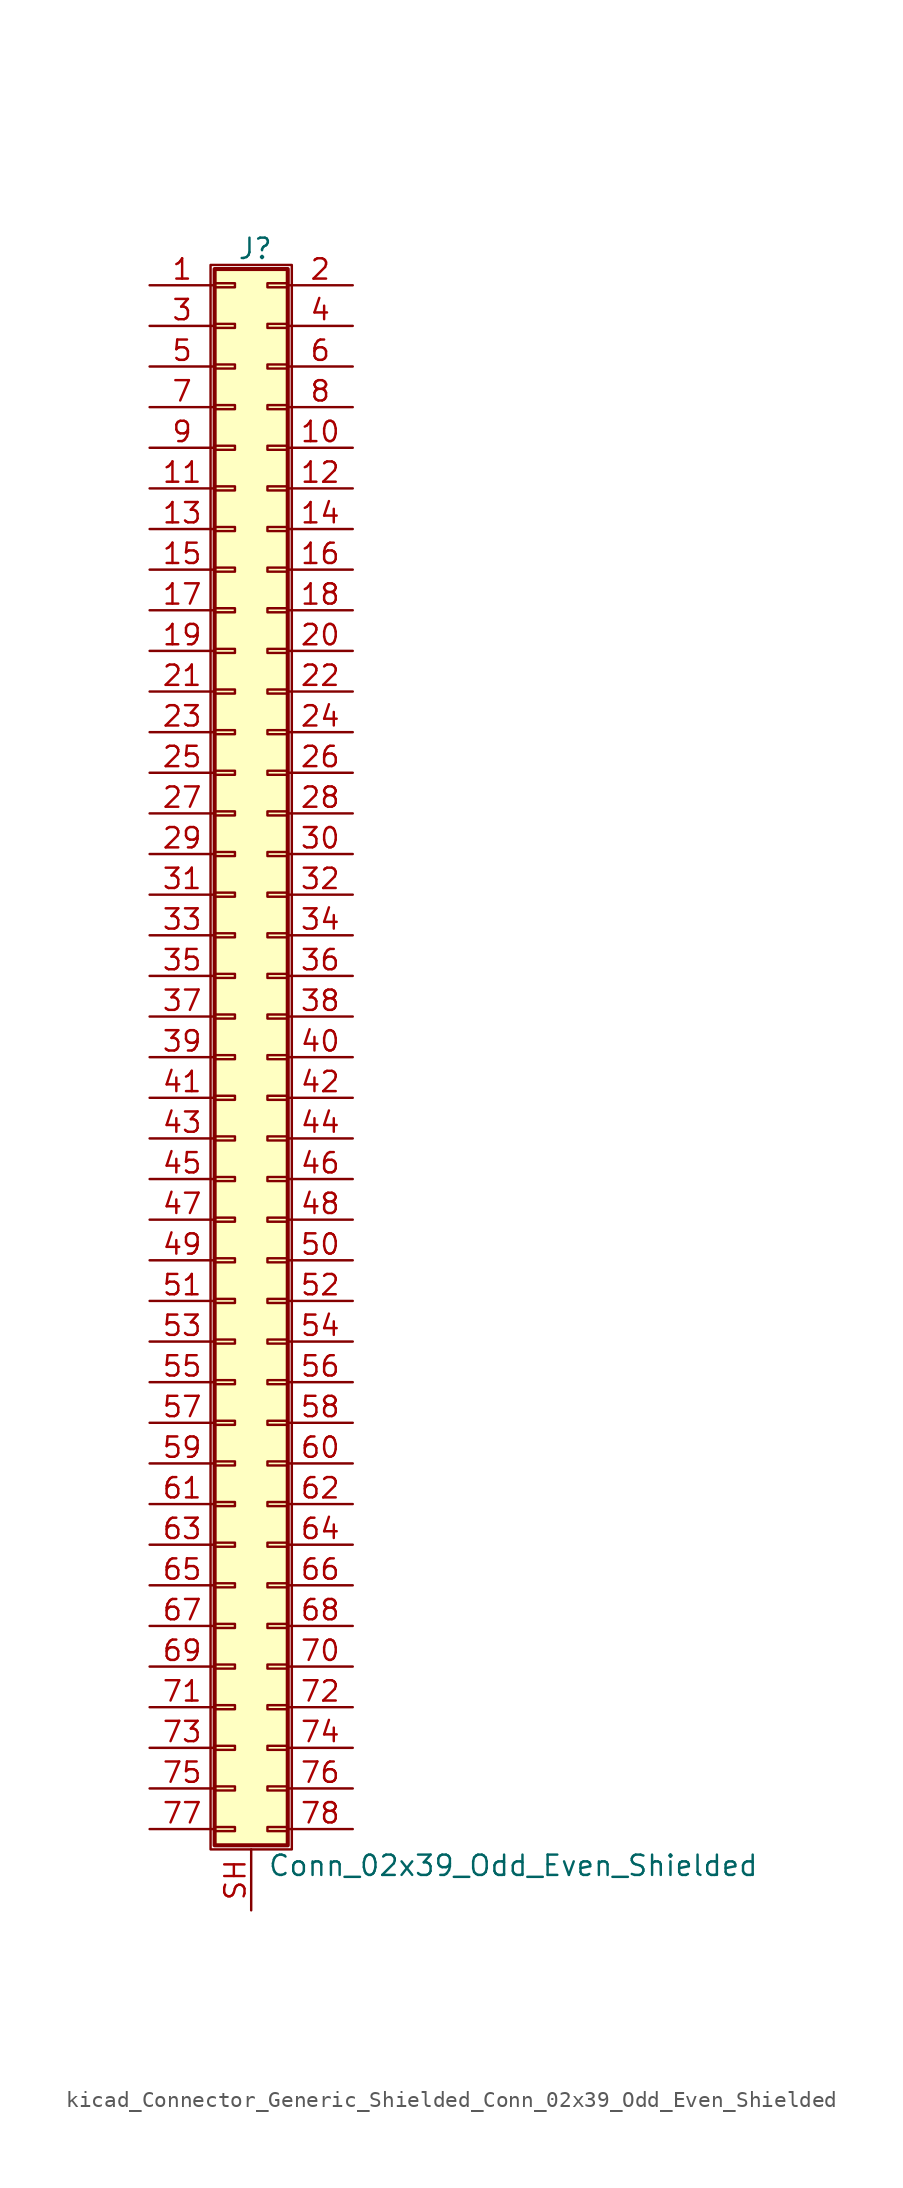
<source format=kicad_sym>
(kicad_symbol_lib
  (version 20220914)
  (generator kicad_symbol_editor)
  (symbol "kicad_Connector_Generic_Shielded_Conn_02x39_Odd_Even_Shielded"
    (pin_names
      (offset 1.016) hide)
    (property "Reference" "J"
      (at 1.524 50.546 0)
      (effects (font (size 1.27 1.27))))
    (property "Value" "Conn_02x39_Odd_Even_Shielded"
      (at 2.286 -50.546 0)
      (effects (font (size 1.27 1.27)) (justify left)))
    (symbol "kicad_Connector_Generic_Shielded_Conn_02x39_Odd_Even_Shielded_1_1"
      (rectangle (start -1.27 49.53) (end 3.81 -49.53) (stroke (width 0.152) (type default)) (fill (type none)))
      (rectangle (start -1.016 -48.133) (end 0.254 -48.387) (stroke (width 0.152) (type default)) (fill (type none)))
      (rectangle (start -1.016 -45.593) (end 0.254 -45.847) (stroke (width 0.152) (type default)) (fill (type none)))
      (rectangle (start -1.016 -43.053) (end 0.254 -43.307) (stroke (width 0.152) (type default)) (fill (type none)))
      (rectangle (start -1.016 -40.513) (end 0.254 -40.767) (stroke (width 0.152) (type default)) (fill (type none)))
      (rectangle (start -1.016 -37.973) (end 0.254 -38.227) (stroke (width 0.152) (type default)) (fill (type none)))
      (rectangle (start -1.016 -35.433) (end 0.254 -35.687) (stroke (width 0.152) (type default)) (fill (type none)))
      (rectangle (start -1.016 -32.893) (end 0.254 -33.147) (stroke (width 0.152) (type default)) (fill (type none)))
      (rectangle (start -1.016 -30.353) (end 0.254 -30.607) (stroke (width 0.152) (type default)) (fill (type none)))
      (rectangle (start -1.016 -27.813) (end 0.254 -28.067) (stroke (width 0.152) (type default)) (fill (type none)))
      (rectangle (start -1.016 -25.273) (end 0.254 -25.527) (stroke (width 0.152) (type default)) (fill (type none)))
      (rectangle (start -1.016 -22.733) (end 0.254 -22.987) (stroke (width 0.152) (type default)) (fill (type none)))
      (rectangle (start -1.016 -20.193) (end 0.254 -20.447) (stroke (width 0.152) (type default)) (fill (type none)))
      (rectangle (start -1.016 -17.653) (end 0.254 -17.907) (stroke (width 0.152) (type default)) (fill (type none)))
      (rectangle (start -1.016 -15.113) (end 0.254 -15.367) (stroke (width 0.152) (type default)) (fill (type none)))
      (rectangle (start -1.016 -12.573) (end 0.254 -12.827) (stroke (width 0.152) (type default)) (fill (type none)))
      (rectangle (start -1.016 -10.033) (end 0.254 -10.287) (stroke (width 0.152) (type default)) (fill (type none)))
      (rectangle (start -1.016 -7.493) (end 0.254 -7.747) (stroke (width 0.152) (type default)) (fill (type none)))
      (rectangle (start -1.016 -4.953) (end 0.254 -5.207) (stroke (width 0.152) (type default)) (fill (type none)))
      (rectangle (start -1.016 -2.413) (end 0.254 -2.667) (stroke (width 0.152) (type default)) (fill (type none)))
      (rectangle (start -1.016 0.127) (end 0.254 -0.127) (stroke (width 0.152) (type default)) (fill (type none)))
      (rectangle (start -1.016 2.667) (end 0.254 2.413) (stroke (width 0.152) (type default)) (fill (type none)))
      (rectangle (start -1.016 5.207) (end 0.254 4.953) (stroke (width 0.152) (type default)) (fill (type none)))
      (rectangle (start -1.016 7.747) (end 0.254 7.493) (stroke (width 0.152) (type default)) (fill (type none)))
      (rectangle (start -1.016 10.287) (end 0.254 10.033) (stroke (width 0.152) (type default)) (fill (type none)))
      (rectangle (start -1.016 12.827) (end 0.254 12.573) (stroke (width 0.152) (type default)) (fill (type none)))
      (rectangle (start -1.016 15.367) (end 0.254 15.113) (stroke (width 0.152) (type default)) (fill (type none)))
      (rectangle (start -1.016 17.907) (end 0.254 17.653) (stroke (width 0.152) (type default)) (fill (type none)))
      (rectangle (start -1.016 20.447) (end 0.254 20.193) (stroke (width 0.152) (type default)) (fill (type none)))
      (rectangle (start -1.016 22.987) (end 0.254 22.733) (stroke (width 0.152) (type default)) (fill (type none)))
      (rectangle (start -1.016 25.527) (end 0.254 25.273) (stroke (width 0.152) (type default)) (fill (type none)))
      (rectangle (start -1.016 28.067) (end 0.254 27.813) (stroke (width 0.152) (type default)) (fill (type none)))
      (rectangle (start -1.016 30.607) (end 0.254 30.353) (stroke (width 0.152) (type default)) (fill (type none)))
      (rectangle (start -1.016 33.147) (end 0.254 32.893) (stroke (width 0.152) (type default)) (fill (type none)))
      (rectangle (start -1.016 35.687) (end 0.254 35.433) (stroke (width 0.152) (type default)) (fill (type none)))
      (rectangle (start -1.016 38.227) (end 0.254 37.973) (stroke (width 0.152) (type default)) (fill (type none)))
      (rectangle (start -1.016 40.767) (end 0.254 40.513) (stroke (width 0.152) (type default)) (fill (type none)))
      (rectangle (start -1.016 43.307) (end 0.254 43.053) (stroke (width 0.152) (type default)) (fill (type none)))
      (rectangle (start -1.016 45.847) (end 0.254 45.593) (stroke (width 0.152) (type default)) (fill (type none)))
      (rectangle (start -1.016 48.387) (end 0.254 48.133) (stroke (width 0.152) (type default)) (fill (type none)))
      (rectangle (start -1.016 49.276) (end 3.556 -49.276) (stroke (width 0.254) (type default)) (fill (type background)))
      (rectangle (start 3.556 -48.133) (end 2.286 -48.387) (stroke (width 0.152) (type default)) (fill (type none)))
      (rectangle (start 3.556 -45.593) (end 2.286 -45.847) (stroke (width 0.152) (type default)) (fill (type none)))
      (rectangle (start 3.556 -43.053) (end 2.286 -43.307) (stroke (width 0.152) (type default)) (fill (type none)))
      (rectangle (start 3.556 -40.513) (end 2.286 -40.767) (stroke (width 0.152) (type default)) (fill (type none)))
      (rectangle (start 3.556 -37.973) (end 2.286 -38.227) (stroke (width 0.152) (type default)) (fill (type none)))
      (rectangle (start 3.556 -35.433) (end 2.286 -35.687) (stroke (width 0.152) (type default)) (fill (type none)))
      (rectangle (start 3.556 -32.893) (end 2.286 -33.147) (stroke (width 0.152) (type default)) (fill (type none)))
      (rectangle (start 3.556 -30.353) (end 2.286 -30.607) (stroke (width 0.152) (type default)) (fill (type none)))
      (rectangle (start 3.556 -27.813) (end 2.286 -28.067) (stroke (width 0.152) (type default)) (fill (type none)))
      (rectangle (start 3.556 -25.273) (end 2.286 -25.527) (stroke (width 0.152) (type default)) (fill (type none)))
      (rectangle (start 3.556 -22.733) (end 2.286 -22.987) (stroke (width 0.152) (type default)) (fill (type none)))
      (rectangle (start 3.556 -20.193) (end 2.286 -20.447) (stroke (width 0.152) (type default)) (fill (type none)))
      (rectangle (start 3.556 -17.653) (end 2.286 -17.907) (stroke (width 0.152) (type default)) (fill (type none)))
      (rectangle (start 3.556 -15.113) (end 2.286 -15.367) (stroke (width 0.152) (type default)) (fill (type none)))
      (rectangle (start 3.556 -12.573) (end 2.286 -12.827) (stroke (width 0.152) (type default)) (fill (type none)))
      (rectangle (start 3.556 -10.033) (end 2.286 -10.287) (stroke (width 0.152) (type default)) (fill (type none)))
      (rectangle (start 3.556 -7.493) (end 2.286 -7.747) (stroke (width 0.152) (type default)) (fill (type none)))
      (rectangle (start 3.556 -4.953) (end 2.286 -5.207) (stroke (width 0.152) (type default)) (fill (type none)))
      (rectangle (start 3.556 -2.413) (end 2.286 -2.667) (stroke (width 0.152) (type default)) (fill (type none)))
      (rectangle (start 3.556 0.127) (end 2.286 -0.127) (stroke (width 0.152) (type default)) (fill (type none)))
      (rectangle (start 3.556 2.667) (end 2.286 2.413) (stroke (width 0.152) (type default)) (fill (type none)))
      (rectangle (start 3.556 5.207) (end 2.286 4.953) (stroke (width 0.152) (type default)) (fill (type none)))
      (rectangle (start 3.556 7.747) (end 2.286 7.493) (stroke (width 0.152) (type default)) (fill (type none)))
      (rectangle (start 3.556 10.287) (end 2.286 10.033) (stroke (width 0.152) (type default)) (fill (type none)))
      (rectangle (start 3.556 12.827) (end 2.286 12.573) (stroke (width 0.152) (type default)) (fill (type none)))
      (rectangle (start 3.556 15.367) (end 2.286 15.113) (stroke (width 0.152) (type default)) (fill (type none)))
      (rectangle (start 3.556 17.907) (end 2.286 17.653) (stroke (width 0.152) (type default)) (fill (type none)))
      (rectangle (start 3.556 20.447) (end 2.286 20.193) (stroke (width 0.152) (type default)) (fill (type none)))
      (rectangle (start 3.556 22.987) (end 2.286 22.733) (stroke (width 0.152) (type default)) (fill (type none)))
      (rectangle (start 3.556 25.527) (end 2.286 25.273) (stroke (width 0.152) (type default)) (fill (type none)))
      (rectangle (start 3.556 28.067) (end 2.286 27.813) (stroke (width 0.152) (type default)) (fill (type none)))
      (rectangle (start 3.556 30.607) (end 2.286 30.353) (stroke (width 0.152) (type default)) (fill (type none)))
      (rectangle (start 3.556 33.147) (end 2.286 32.893) (stroke (width 0.152) (type default)) (fill (type none)))
      (rectangle (start 3.556 35.687) (end 2.286 35.433) (stroke (width 0.152) (type default)) (fill (type none)))
      (rectangle (start 3.556 38.227) (end 2.286 37.973) (stroke (width 0.152) (type default)) (fill (type none)))
      (rectangle (start 3.556 40.767) (end 2.286 40.513) (stroke (width 0.152) (type default)) (fill (type none)))
      (rectangle (start 3.556 43.307) (end 2.286 43.053) (stroke (width 0.152) (type default)) (fill (type none)))
      (rectangle (start 3.556 45.847) (end 2.286 45.593) (stroke (width 0.152) (type default)) (fill (type none)))
      (rectangle (start 3.556 48.387) (end 2.286 48.133) (stroke (width 0.152) (type default)) (fill (type none)))
      (pin passive line (at -5.08 48.26 0) (length 4.064) (name "Pin_1" (effects (font (size 1.27 1.27)))) (number "1" (effects (font (size 1.27 1.27)))))
      (pin passive line (at 7.62 38.1 180) (length 4.064) (name "Pin_10" (effects (font (size 1.27 1.27)))) (number "10" (effects (font (size 1.27 1.27)))))
      (pin passive line (at -5.08 35.56 0) (length 4.064) (name "Pin_11" (effects (font (size 1.27 1.27)))) (number "11" (effects (font (size 1.27 1.27)))))
      (pin passive line (at 7.62 35.56 180) (length 4.064) (name "Pin_12" (effects (font (size 1.27 1.27)))) (number "12" (effects (font (size 1.27 1.27)))))
      (pin passive line (at -5.08 33.02 0) (length 4.064) (name "Pin_13" (effects (font (size 1.27 1.27)))) (number "13" (effects (font (size 1.27 1.27)))))
      (pin passive line (at 7.62 33.02 180) (length 4.064) (name "Pin_14" (effects (font (size 1.27 1.27)))) (number "14" (effects (font (size 1.27 1.27)))))
      (pin passive line (at -5.08 30.48 0) (length 4.064) (name "Pin_15" (effects (font (size 1.27 1.27)))) (number "15" (effects (font (size 1.27 1.27)))))
      (pin passive line (at 7.62 30.48 180) (length 4.064) (name "Pin_16" (effects (font (size 1.27 1.27)))) (number "16" (effects (font (size 1.27 1.27)))))
      (pin passive line (at -5.08 27.94 0) (length 4.064) (name "Pin_17" (effects (font (size 1.27 1.27)))) (number "17" (effects (font (size 1.27 1.27)))))
      (pin passive line (at 7.62 27.94 180) (length 4.064) (name "Pin_18" (effects (font (size 1.27 1.27)))) (number "18" (effects (font (size 1.27 1.27)))))
      (pin passive line (at -5.08 25.4 0) (length 4.064) (name "Pin_19" (effects (font (size 1.27 1.27)))) (number "19" (effects (font (size 1.27 1.27)))))
      (pin passive line (at 7.62 48.26 180) (length 4.064) (name "Pin_2" (effects (font (size 1.27 1.27)))) (number "2" (effects (font (size 1.27 1.27)))))
      (pin passive line (at 7.62 25.4 180) (length 4.064) (name "Pin_20" (effects (font (size 1.27 1.27)))) (number "20" (effects (font (size 1.27 1.27)))))
      (pin passive line (at -5.08 22.86 0) (length 4.064) (name "Pin_21" (effects (font (size 1.27 1.27)))) (number "21" (effects (font (size 1.27 1.27)))))
      (pin passive line (at 7.62 22.86 180) (length 4.064) (name "Pin_22" (effects (font (size 1.27 1.27)))) (number "22" (effects (font (size 1.27 1.27)))))
      (pin passive line (at -5.08 20.32 0) (length 4.064) (name "Pin_23" (effects (font (size 1.27 1.27)))) (number "23" (effects (font (size 1.27 1.27)))))
      (pin passive line (at 7.62 20.32 180) (length 4.064) (name "Pin_24" (effects (font (size 1.27 1.27)))) (number "24" (effects (font (size 1.27 1.27)))))
      (pin passive line (at -5.08 17.78 0) (length 4.064) (name "Pin_25" (effects (font (size 1.27 1.27)))) (number "25" (effects (font (size 1.27 1.27)))))
      (pin passive line (at 7.62 17.78 180) (length 4.064) (name "Pin_26" (effects (font (size 1.27 1.27)))) (number "26" (effects (font (size 1.27 1.27)))))
      (pin passive line (at -5.08 15.24 0) (length 4.064) (name "Pin_27" (effects (font (size 1.27 1.27)))) (number "27" (effects (font (size 1.27 1.27)))))
      (pin passive line (at 7.62 15.24 180) (length 4.064) (name "Pin_28" (effects (font (size 1.27 1.27)))) (number "28" (effects (font (size 1.27 1.27)))))
      (pin passive line (at -5.08 12.7 0) (length 4.064) (name "Pin_29" (effects (font (size 1.27 1.27)))) (number "29" (effects (font (size 1.27 1.27)))))
      (pin passive line (at -5.08 45.72 0) (length 4.064) (name "Pin_3" (effects (font (size 1.27 1.27)))) (number "3" (effects (font (size 1.27 1.27)))))
      (pin passive line (at 7.62 12.7 180) (length 4.064) (name "Pin_30" (effects (font (size 1.27 1.27)))) (number "30" (effects (font (size 1.27 1.27)))))
      (pin passive line (at -5.08 10.16 0) (length 4.064) (name "Pin_31" (effects (font (size 1.27 1.27)))) (number "31" (effects (font (size 1.27 1.27)))))
      (pin passive line (at 7.62 10.16 180) (length 4.064) (name "Pin_32" (effects (font (size 1.27 1.27)))) (number "32" (effects (font (size 1.27 1.27)))))
      (pin passive line (at -5.08 7.62 0) (length 4.064) (name "Pin_33" (effects (font (size 1.27 1.27)))) (number "33" (effects (font (size 1.27 1.27)))))
      (pin passive line (at 7.62 7.62 180) (length 4.064) (name "Pin_34" (effects (font (size 1.27 1.27)))) (number "34" (effects (font (size 1.27 1.27)))))
      (pin passive line (at -5.08 5.08 0) (length 4.064) (name "Pin_35" (effects (font (size 1.27 1.27)))) (number "35" (effects (font (size 1.27 1.27)))))
      (pin passive line (at 7.62 5.08 180) (length 4.064) (name "Pin_36" (effects (font (size 1.27 1.27)))) (number "36" (effects (font (size 1.27 1.27)))))
      (pin passive line (at -5.08 2.54 0) (length 4.064) (name "Pin_37" (effects (font (size 1.27 1.27)))) (number "37" (effects (font (size 1.27 1.27)))))
      (pin passive line (at 7.62 2.54 180) (length 4.064) (name "Pin_38" (effects (font (size 1.27 1.27)))) (number "38" (effects (font (size 1.27 1.27)))))
      (pin passive line (at -5.08 0 0) (length 4.064) (name "Pin_39" (effects (font (size 1.27 1.27)))) (number "39" (effects (font (size 1.27 1.27)))))
      (pin passive line (at 7.62 45.72 180) (length 4.064) (name "Pin_4" (effects (font (size 1.27 1.27)))) (number "4" (effects (font (size 1.27 1.27)))))
      (pin passive line (at 7.62 0 180) (length 4.064) (name "Pin_40" (effects (font (size 1.27 1.27)))) (number "40" (effects (font (size 1.27 1.27)))))
      (pin passive line (at -5.08 -2.54 0) (length 4.064) (name "Pin_41" (effects (font (size 1.27 1.27)))) (number "41" (effects (font (size 1.27 1.27)))))
      (pin passive line (at 7.62 -2.54 180) (length 4.064) (name "Pin_42" (effects (font (size 1.27 1.27)))) (number "42" (effects (font (size 1.27 1.27)))))
      (pin passive line (at -5.08 -5.08 0) (length 4.064) (name "Pin_43" (effects (font (size 1.27 1.27)))) (number "43" (effects (font (size 1.27 1.27)))))
      (pin passive line (at 7.62 -5.08 180) (length 4.064) (name "Pin_44" (effects (font (size 1.27 1.27)))) (number "44" (effects (font (size 1.27 1.27)))))
      (pin passive line (at -5.08 -7.62 0) (length 4.064) (name "Pin_45" (effects (font (size 1.27 1.27)))) (number "45" (effects (font (size 1.27 1.27)))))
      (pin passive line (at 7.62 -7.62 180) (length 4.064) (name "Pin_46" (effects (font (size 1.27 1.27)))) (number "46" (effects (font (size 1.27 1.27)))))
      (pin passive line (at -5.08 -10.16 0) (length 4.064) (name "Pin_47" (effects (font (size 1.27 1.27)))) (number "47" (effects (font (size 1.27 1.27)))))
      (pin passive line (at 7.62 -10.16 180) (length 4.064) (name "Pin_48" (effects (font (size 1.27 1.27)))) (number "48" (effects (font (size 1.27 1.27)))))
      (pin passive line (at -5.08 -12.7 0) (length 4.064) (name "Pin_49" (effects (font (size 1.27 1.27)))) (number "49" (effects (font (size 1.27 1.27)))))
      (pin passive line (at -5.08 43.18 0) (length 4.064) (name "Pin_5" (effects (font (size 1.27 1.27)))) (number "5" (effects (font (size 1.27 1.27)))))
      (pin passive line (at 7.62 -12.7 180) (length 4.064) (name "Pin_50" (effects (font (size 1.27 1.27)))) (number "50" (effects (font (size 1.27 1.27)))))
      (pin passive line (at -5.08 -15.24 0) (length 4.064) (name "Pin_51" (effects (font (size 1.27 1.27)))) (number "51" (effects (font (size 1.27 1.27)))))
      (pin passive line (at 7.62 -15.24 180) (length 4.064) (name "Pin_52" (effects (font (size 1.27 1.27)))) (number "52" (effects (font (size 1.27 1.27)))))
      (pin passive line (at -5.08 -17.78 0) (length 4.064) (name "Pin_53" (effects (font (size 1.27 1.27)))) (number "53" (effects (font (size 1.27 1.27)))))
      (pin passive line (at 7.62 -17.78 180) (length 4.064) (name "Pin_54" (effects (font (size 1.27 1.27)))) (number "54" (effects (font (size 1.27 1.27)))))
      (pin passive line (at -5.08 -20.32 0) (length 4.064) (name "Pin_55" (effects (font (size 1.27 1.27)))) (number "55" (effects (font (size 1.27 1.27)))))
      (pin passive line (at 7.62 -20.32 180) (length 4.064) (name "Pin_56" (effects (font (size 1.27 1.27)))) (number "56" (effects (font (size 1.27 1.27)))))
      (pin passive line (at -5.08 -22.86 0) (length 4.064) (name "Pin_57" (effects (font (size 1.27 1.27)))) (number "57" (effects (font (size 1.27 1.27)))))
      (pin passive line (at 7.62 -22.86 180) (length 4.064) (name "Pin_58" (effects (font (size 1.27 1.27)))) (number "58" (effects (font (size 1.27 1.27)))))
      (pin passive line (at -5.08 -25.4 0) (length 4.064) (name "Pin_59" (effects (font (size 1.27 1.27)))) (number "59" (effects (font (size 1.27 1.27)))))
      (pin passive line (at 7.62 43.18 180) (length 4.064) (name "Pin_6" (effects (font (size 1.27 1.27)))) (number "6" (effects (font (size 1.27 1.27)))))
      (pin passive line (at 7.62 -25.4 180) (length 4.064) (name "Pin_60" (effects (font (size 1.27 1.27)))) (number "60" (effects (font (size 1.27 1.27)))))
      (pin passive line (at -5.08 -27.94 0) (length 4.064) (name "Pin_61" (effects (font (size 1.27 1.27)))) (number "61" (effects (font (size 1.27 1.27)))))
      (pin passive line (at 7.62 -27.94 180) (length 4.064) (name "Pin_62" (effects (font (size 1.27 1.27)))) (number "62" (effects (font (size 1.27 1.27)))))
      (pin passive line (at -5.08 -30.48 0) (length 4.064) (name "Pin_63" (effects (font (size 1.27 1.27)))) (number "63" (effects (font (size 1.27 1.27)))))
      (pin passive line (at 7.62 -30.48 180) (length 4.064) (name "Pin_64" (effects (font (size 1.27 1.27)))) (number "64" (effects (font (size 1.27 1.27)))))
      (pin passive line (at -5.08 -33.02 0) (length 4.064) (name "Pin_65" (effects (font (size 1.27 1.27)))) (number "65" (effects (font (size 1.27 1.27)))))
      (pin passive line (at 7.62 -33.02 180) (length 4.064) (name "Pin_66" (effects (font (size 1.27 1.27)))) (number "66" (effects (font (size 1.27 1.27)))))
      (pin passive line (at -5.08 -35.56 0) (length 4.064) (name "Pin_67" (effects (font (size 1.27 1.27)))) (number "67" (effects (font (size 1.27 1.27)))))
      (pin passive line (at 7.62 -35.56 180) (length 4.064) (name "Pin_68" (effects (font (size 1.27 1.27)))) (number "68" (effects (font (size 1.27 1.27)))))
      (pin passive line (at -5.08 -38.1 0) (length 4.064) (name "Pin_69" (effects (font (size 1.27 1.27)))) (number "69" (effects (font (size 1.27 1.27)))))
      (pin passive line (at -5.08 40.64 0) (length 4.064) (name "Pin_7" (effects (font (size 1.27 1.27)))) (number "7" (effects (font (size 1.27 1.27)))))
      (pin passive line (at 7.62 -38.1 180) (length 4.064) (name "Pin_70" (effects (font (size 1.27 1.27)))) (number "70" (effects (font (size 1.27 1.27)))))
      (pin passive line (at -5.08 -40.64 0) (length 4.064) (name "Pin_71" (effects (font (size 1.27 1.27)))) (number "71" (effects (font (size 1.27 1.27)))))
      (pin passive line (at 7.62 -40.64 180) (length 4.064) (name "Pin_72" (effects (font (size 1.27 1.27)))) (number "72" (effects (font (size 1.27 1.27)))))
      (pin passive line (at -5.08 -43.18 0) (length 4.064) (name "Pin_73" (effects (font (size 1.27 1.27)))) (number "73" (effects (font (size 1.27 1.27)))))
      (pin passive line (at 7.62 -43.18 180) (length 4.064) (name "Pin_74" (effects (font (size 1.27 1.27)))) (number "74" (effects (font (size 1.27 1.27)))))
      (pin passive line (at -5.08 -45.72 0) (length 4.064) (name "Pin_75" (effects (font (size 1.27 1.27)))) (number "75" (effects (font (size 1.27 1.27)))))
      (pin passive line (at 7.62 -45.72 180) (length 4.064) (name "Pin_76" (effects (font (size 1.27 1.27)))) (number "76" (effects (font (size 1.27 1.27)))))
      (pin passive line (at -5.08 -48.26 0) (length 4.064) (name "Pin_77" (effects (font (size 1.27 1.27)))) (number "77" (effects (font (size 1.27 1.27)))))
      (pin passive line (at 7.62 -48.26 180) (length 4.064) (name "Pin_78" (effects (font (size 1.27 1.27)))) (number "78" (effects (font (size 1.27 1.27)))))
      (pin passive line (at 7.62 40.64 180) (length 4.064) (name "Pin_8" (effects (font (size 1.27 1.27)))) (number "8" (effects (font (size 1.27 1.27)))))
      (pin passive line (at -5.08 38.1 0) (length 4.064) (name "Pin_9" (effects (font (size 1.27 1.27)))) (number "9" (effects (font (size 1.27 1.27)))))
      (pin passive line (at 1.27 -53.34 90) (length 3.81) (name "Shield" (effects (font (size 1.27 1.27)))) (number "SH" (effects (font (size 1.27 1.27))))))))
</source>
